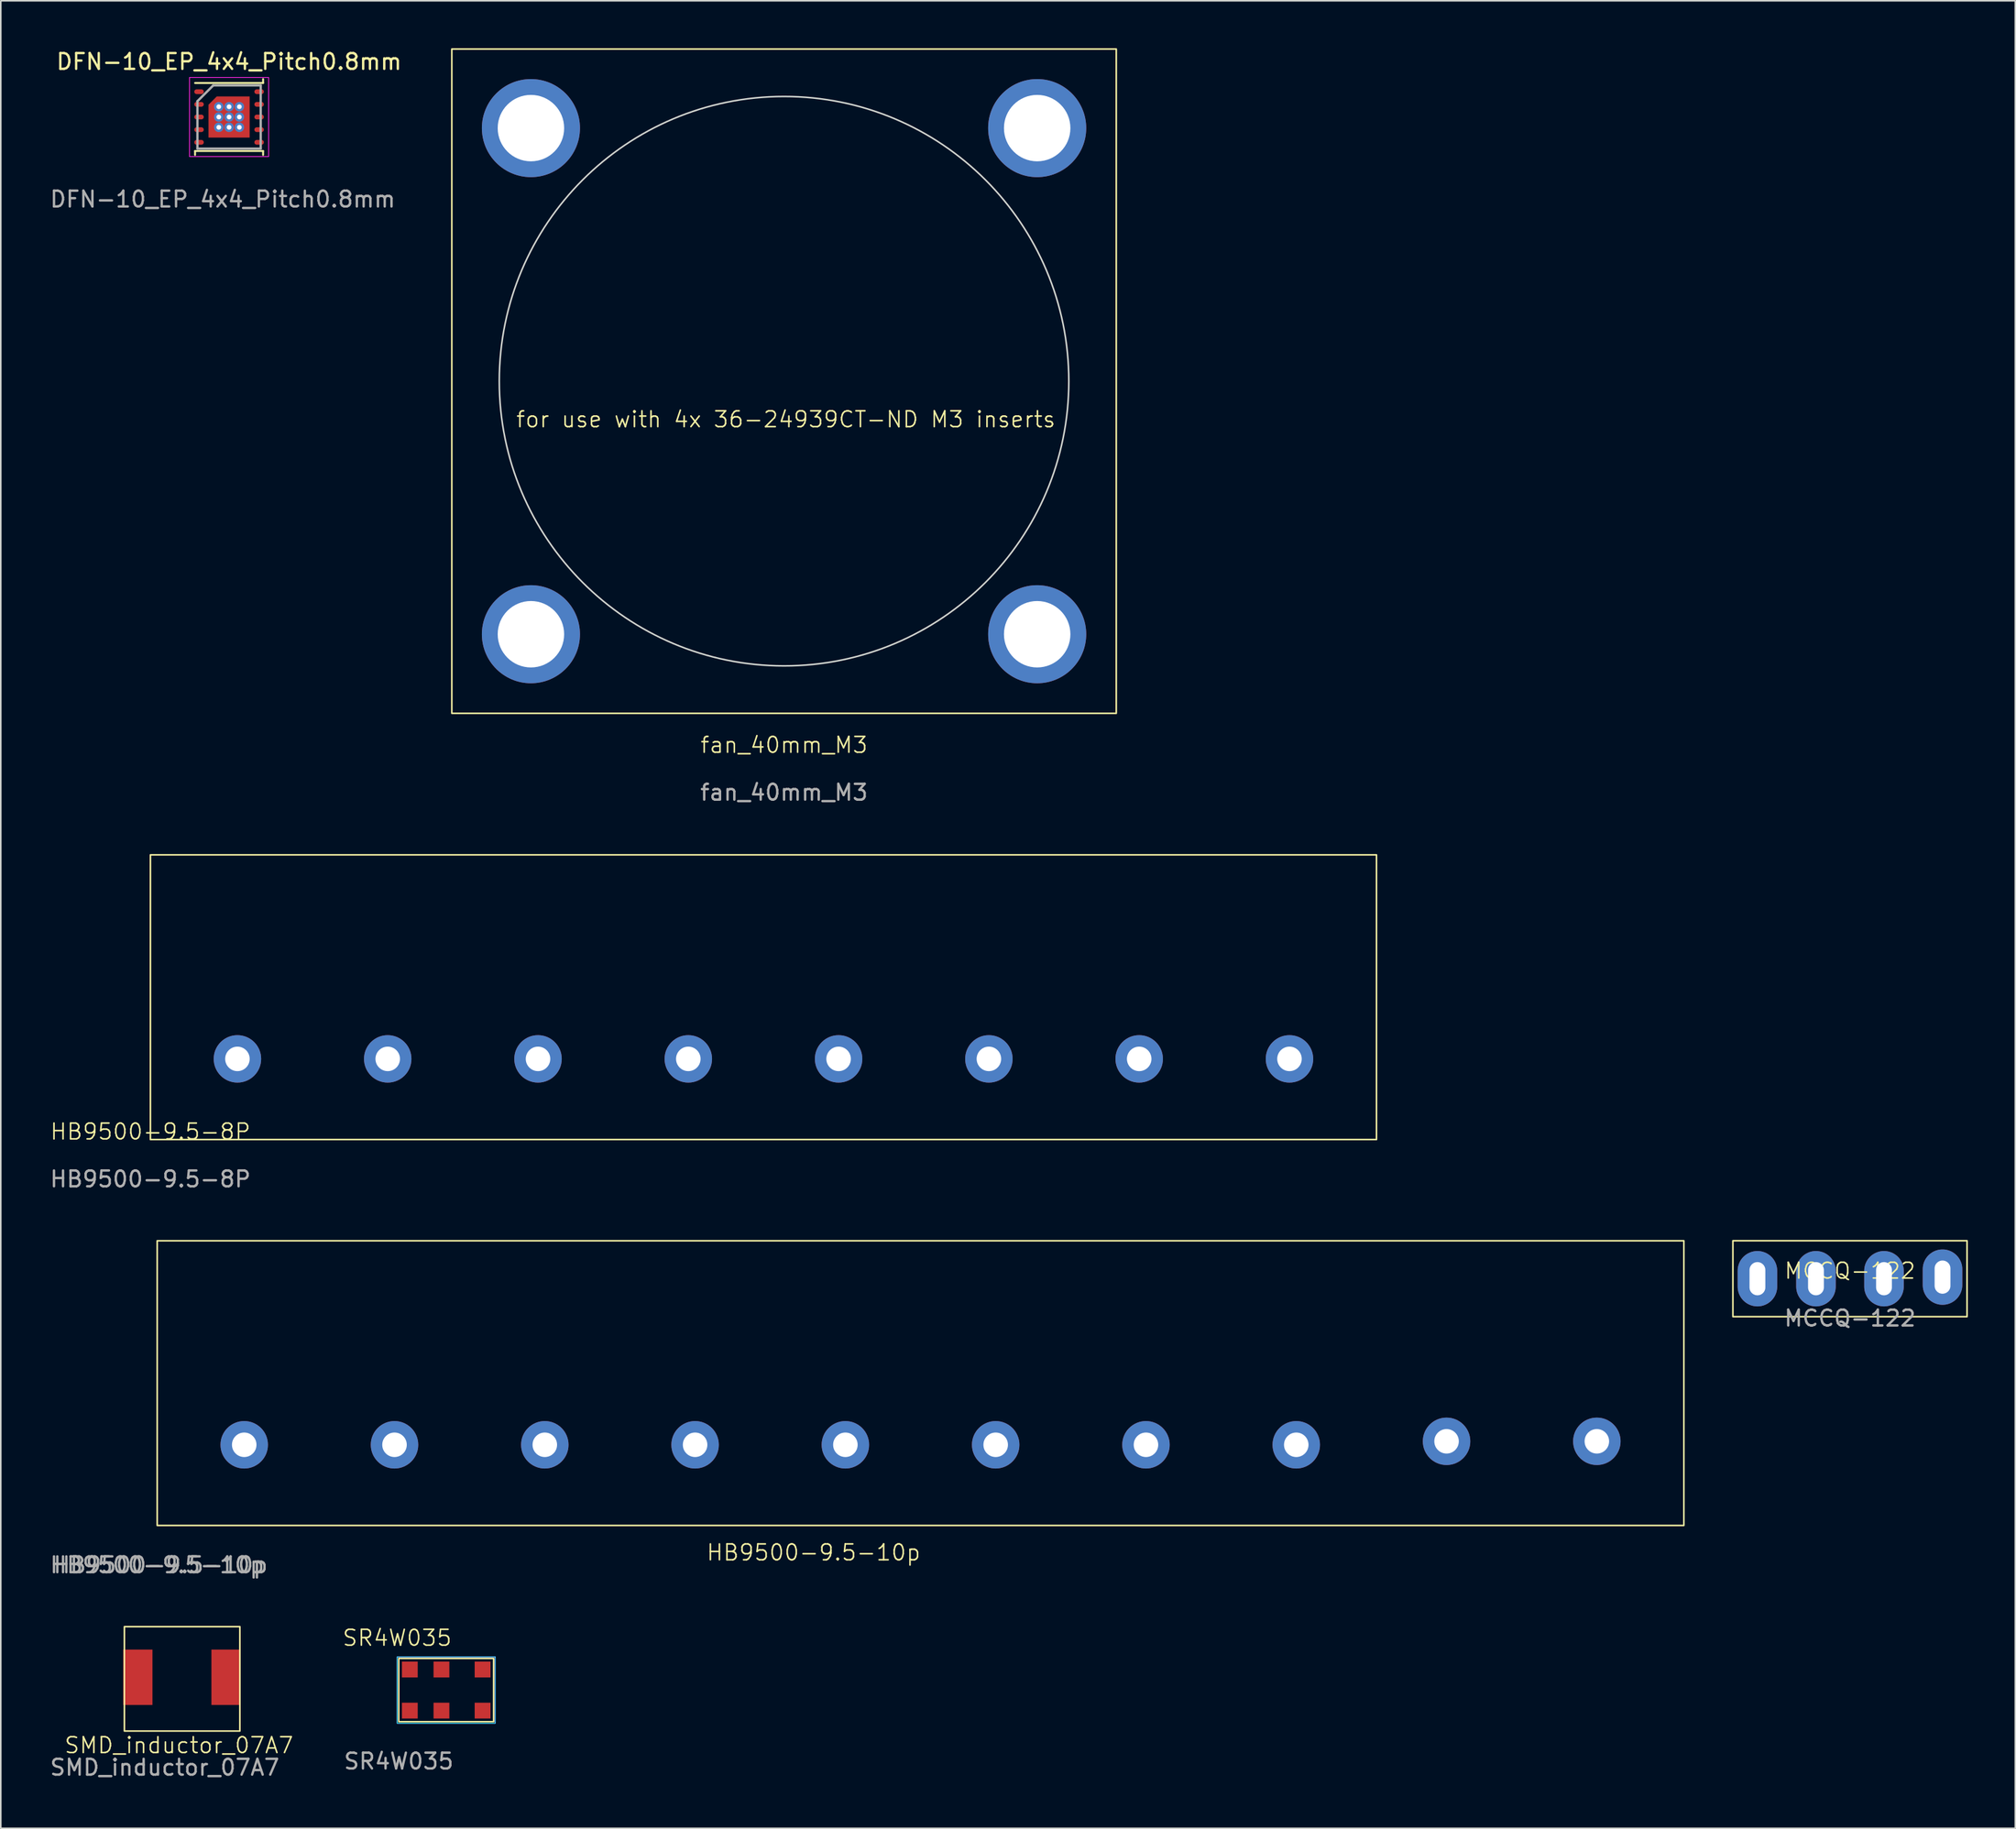
<source format=kicad_pcb>
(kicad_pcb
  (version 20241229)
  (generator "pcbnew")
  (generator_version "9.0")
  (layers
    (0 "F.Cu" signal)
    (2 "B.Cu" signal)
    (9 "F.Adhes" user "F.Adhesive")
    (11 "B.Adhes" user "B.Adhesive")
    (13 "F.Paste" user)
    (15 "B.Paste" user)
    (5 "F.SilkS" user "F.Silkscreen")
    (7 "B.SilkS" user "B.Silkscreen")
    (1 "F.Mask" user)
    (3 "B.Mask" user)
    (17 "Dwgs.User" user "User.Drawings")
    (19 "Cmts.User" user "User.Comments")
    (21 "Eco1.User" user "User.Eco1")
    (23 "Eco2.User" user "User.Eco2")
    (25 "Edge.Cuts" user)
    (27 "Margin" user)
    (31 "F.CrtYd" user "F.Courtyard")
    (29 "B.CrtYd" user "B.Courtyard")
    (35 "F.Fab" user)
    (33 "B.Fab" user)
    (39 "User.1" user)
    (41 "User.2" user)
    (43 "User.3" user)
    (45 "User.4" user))
  (footprint "SR4W035"
    (layer "F.Cu")
    (at 22.154 105.805)
    (property "Reference" "SR4W035" (at -0.1 -5.3 0) (unlocked yes) (layer "F.SilkS") (effects (font (size 1 1) (thickness 0.1))))
    (attr smd)
    (fp_rect (start 0 -4) (end 6 0) (stroke (width 0.1) (type default)) (fill no) (layer "F.SilkS"))
    (fp_rect (start -0.1 -4.1) (end 6.1 0.1) (stroke (width 0.05) (type default)) (fill no) (layer "B.CrtYd"))
    (fp_rect (start -0.1 -4.1) (end 6.1 0.1) (stroke (width 0.05) (type default)) (fill no) (layer "F.CrtYd"))
    (fp_text user "${REFERENCE}" (at 0 2.5 0) (unlocked yes) (layer "F.Fab") (effects (font (size 1 1) (thickness 0.15))))
    (pad "1" smd rect (at 0.7 -0.7) (size 1 1) (layers "F.Cu" "F.Mask" "F.Paste"))
    (pad "2" smd rect (at 2.7 -0.7) (size 1 1) (layers "F.Cu" "F.Mask" "F.Paste"))
    (pad "3" smd rect (at 5.3 -0.7) (size 1 1) (layers "F.Cu" "F.Mask" "F.Paste"))
    (pad "4" smd rect (at 5.3 -3.3) (size 1 1) (layers "F.Cu" "F.Mask" "F.Paste"))
    (pad "5" smd rect (at 2.7 -3.3) (size 1 1) (layers "F.Cu" "F.Mask" "F.Paste"))
    (pad "6" smd rect (at 0.7 -3.3) (size 1 1) (layers "F.Cu" "F.Mask" "F.Paste"))
    (zone (net_name "") (layers "F.Cu" "B.Cu") (hatch edge 0.5) (connect_pads) (min_thickness 0.25) (filled_areas_thickness no) (keepout (tracks allowed) (vias allowed) (pads allowed) (copperpour not_allowed) (footprints allowed)) (placement (enabled no)) (fill) (polygon (pts (xy 22.054 101.705) (xy 28.254 101.705) (xy 28.254 105.905) (xy 22.054 105.905)))))
  (footprint "DFN-10_EP_4x4_Pitch0.8mm"
    (layer "F.Cu")
    (at 11.43 4.348)
    (property "Reference" "DFN-10_EP_4x4_Pitch0.8mm" (at 0 -3.5 0) (layer "F.SilkS") (effects (font (size 1 1) (thickness 0.15))))
    (attr smd)
    (fp_line (start -2.15 -2.15) (end 2.15 -2.15) (stroke (width 0.12) (type default)) (layer "F.SilkS"))
    (fp_line (start -2.15 2.15) (end 2.15 2.15) (stroke (width 0.12) (type default)) (layer "F.SilkS"))
    (fp_line (start -2.15 2.4) (end -2.15 2.15) (stroke (width 0.12) (type default)) (layer "F.SilkS"))
    (fp_line (start 2.15 -2.15) (end 2.15 -2.4) (stroke (width 0.12) (type default)) (layer "F.SilkS"))
    (fp_line (start 2.15 2.15) (end 2.15 2.4) (stroke (width 0.12) (type default)) (layer "F.SilkS"))
    (fp_line (start -2.5 -2.5) (end 2.5 -2.5) (stroke (width 0.05) (type default)) (layer "F.CrtYd"))
    (fp_line (start -2.5 2.5) (end -2.5 -2.5) (stroke (width 0.05) (type default)) (layer "F.CrtYd"))
    (fp_line (start 2.5 -2.5) (end 2.5 2.5) (stroke (width 0.05) (type default)) (layer "F.CrtYd"))
    (fp_line (start 2.5 2.5) (end -2.5 2.5) (stroke (width 0.05) (type default)) (layer "F.CrtYd"))
    (fp_line (start -2 -1) (end -2 2) (stroke (width 0.15) (type default)) (layer "F.Fab"))
    (fp_line (start -2 2) (end 2 2) (stroke (width 0.15) (type default)) (layer "F.Fab"))
    (fp_line (start -1 -2) (end -2 -1) (stroke (width 0.15) (type default)) (layer "F.Fab"))
    (fp_line (start 2 -2) (end -1 -2) (stroke (width 0.15) (type default)) (layer "F.Fab"))
    (fp_line (start 2 2) (end 2 -2) (stroke (width 0.15) (type default)) (layer "F.Fab"))
    (fp_text user "${REFERENCE}" (at -0.4 5.2 0) (layer "F.Fab") (effects (font (size 1 1) (thickness 0.15))))
    (pad "" smd rect (at -0.975 -0.975) (size 0.000001 0.000001) (layers "F.Paste"))
    (pad "" smd rect (at -0.975 -0.325) (size 0.000001 0.000001) (layers "F.Paste"))
    (pad "" smd rect (at -0.975 0.325) (size 0.000001 0.000001) (layers "F.Paste"))
    (pad "" smd rect (at -0.975 0.975) (size 0.000001 0.000001) (layers "F.Paste"))
    (pad "" smd rect (at -0.325 -0.975) (size 0.000001 0.000001) (layers "F.Paste"))
    (pad "" smd rect (at -0.325 -0.325) (size 0.000001 0.000001) (layers "F.Paste"))
    (pad "" smd rect (at -0.325 0.325) (size 0.000001 0.000001) (layers "F.Paste"))
    (pad "" smd rect (at -0.325 0.975) (size 0.000001 0.000001) (layers "F.Paste"))
    (pad "" smd rect (at 0.325 -0.975) (size 0.000001 0.000001) (layers "F.Paste"))
    (pad "" smd rect (at 0.325 -0.325) (size 0.000001 0.000001) (layers "F.Paste"))
    (pad "" smd rect (at 0.325 0.325) (size 0.000001 0.000001) (layers "F.Paste"))
    (pad "" smd rect (at 0.325 0.975) (size 0.000001 0.000001) (layers "F.Paste"))
    (pad "" smd rect (at 0.975 -0.975) (size 0.000001 0.000001) (layers "F.Paste"))
    (pad "" smd rect (at 0.975 -0.325) (size 0.000001 0.000001) (layers "F.Paste"))
    (pad "" smd rect (at 0.975 0.325) (size 0.000001 0.000001) (layers "F.Paste"))
    (pad "" smd rect (at 0.975 0.975) (size 0.000001 0.000001) (layers "F.Paste"))
    (pad "1" smd oval (at -1.9 -1.6 90) (size 0.3 0.6) (layers "F.Cu" "F.Mask" "F.Paste"))
    (pad "2" smd oval (at -1.9 -0.8 90) (size 0.3 0.6) (layers "F.Cu" "F.Mask" "F.Paste"))
    (pad "3" smd oval (at -1.9 0 90) (size 0.3 0.6) (layers "F.Cu" "F.Mask" "F.Paste"))
    (pad "4" smd oval (at -1.9 0.8 90) (size 0.3 0.6) (layers "F.Cu" "F.Mask" "F.Paste"))
    (pad "5" smd oval (at -1.9 1.6 90) (size 0.3 0.6) (layers "F.Cu" "F.Mask" "F.Paste"))
    (pad "6" smd oval (at 1.9 1.6 90) (size 0.3 0.6) (layers "F.Cu" "F.Mask" "F.Paste"))
    (pad "7" smd oval (at 1.9 0.8 90) (size 0.3 0.6) (layers "F.Cu" "F.Mask" "F.Paste"))
    (pad "8" smd oval (at 1.9 0 90) (size 0.3 0.6) (layers "F.Cu" "F.Mask" "F.Paste"))
    (pad "9" smd oval (at 1.9 -0.8 90) (size 0.3 0.6) (layers "F.Cu" "F.Mask" "F.Paste"))
    (pad "10" smd oval (at 1.9 -1.6 90) (size 0.3 0.6) (layers "F.Cu" "F.Mask" "F.Paste"))
    (pad "11" thru_hole circle (at -0.65 -0.65) (size 0.6 0.6) (drill 0.3) (property pad_prop_heatsink) (layers "*.Cu" "*.Mask"))
    (pad "11" thru_hole circle (at -0.65 0) (size 0.6 0.6) (drill 0.3) (property pad_prop_heatsink) (layers "*.Cu" "*.Mask"))
    (pad "11" thru_hole circle (at -0.65 0.65) (size 0.6 0.6) (drill 0.3) (property pad_prop_heatsink) (layers "*.Cu" "*.Mask"))
    (pad "11" thru_hole circle (at 0 -0.65) (size 0.6 0.6) (drill 0.3) (property pad_prop_heatsink) (layers "*.Cu" "*.Mask"))
    (pad "11" thru_hole circle (at 0 0) (size 0.6 0.6) (drill 0.3) (property pad_prop_heatsink) (layers "*.Cu" "*.Mask"))
    (pad "11" smd roundrect (at 0 0) (size 2.6 2.6) (property pad_prop_heatsink) (layers "F.Cu" "F.Mask") (roundrect_rratio 0) (chamfer_ratio 0.2) (chamfer top_left))
    (pad "11" thru_hole circle (at 0 0.65) (size 0.6 0.6) (drill 0.3) (property pad_prop_heatsink) (layers "*.Cu" "*.Mask"))
    (pad "11" thru_hole circle (at 0.65 -0.65) (size 0.6 0.6) (drill 0.3) (property pad_prop_heatsink) (layers "*.Cu" "*.Mask"))
    (pad "11" thru_hole circle (at 0.65 0) (size 0.6 0.6) (drill 0.3) (property pad_prop_heatsink) (layers "*.Cu" "*.Mask"))
    (pad "11" thru_hole circle (at 0.65 0.65) (size 0.6 0.6) (drill 0.3) (property pad_prop_heatsink) (layers "*.Cu" "*.Mask")))
  (footprint "HB9500-9.5-8P"
    (layer "F.Cu")
    (at 6.458 68.998)
    (property "Reference" "HB9500-9.5-8P" (at 0 -0.5 0) (unlocked yes) (layer "F.SilkS") (effects (font (size 1 1) (thickness 0.1))))
    (attr smd)
    (fp_rect (start 0 -18) (end 77.5 0) (stroke (width 0.1) (type default)) (fill no) (layer "F.SilkS"))
    (fp_text user "${REFERENCE}" (at 0 2.5 0) (unlocked yes) (layer "F.Fab") (effects (font (size 1 1) (thickness 0.15))))
    (fp_text user "Board Edge" (at 38 -16.8 0) (unlocked yes) (layer "User.1") (effects (font (size 1 1) (thickness 0.1)) (justify left bottom)))
    (pad "1" thru_hole circle (at 5.5 -5.1) (size 3 3) (drill 1.55) (layers "*.Cu" "*.Mask"))
    (pad "2" thru_hole circle (at 15 -5.1) (size 3 3) (drill 1.55) (layers "*.Cu" "*.Mask"))
    (pad "3" thru_hole circle (at 24.5 -5.1) (size 3 3) (drill 1.55) (layers "*.Cu" "*.Mask"))
    (pad "4" thru_hole circle (at 34 -5.1) (size 3 3) (drill 1.55) (layers "*.Cu" "*.Mask"))
    (pad "5" thru_hole circle (at 43.5 -5.1) (size 3 3) (drill 1.55) (layers "*.Cu" "*.Mask"))
    (pad "6" thru_hole circle (at 53 -5.1) (size 3 3) (drill 1.55) (layers "*.Cu" "*.Mask"))
    (pad "7" thru_hole circle (at 62.5 -5.1) (size 3 3) (drill 1.55) (layers "*.Cu" "*.Mask"))
    (pad "8" thru_hole circle (at 72 -5.1) (size 3 3) (drill 1.55) (layers "*.Cu" "*.Mask")))
  (footprint "HB9500-9.5-10p"
    (layer "F.Cu")
    (at 6.887 93.397)
    (property "Reference" "HB9500-9.5-10p" (at 41.49 1.71 0) (unlocked yes) (layer "F.SilkS") (effects (font (size 1 1) (thickness 0.1))))
    (attr through_hole)
    (fp_rect (start 0 -18) (end 96.5 0) (stroke (width 0.1) (type default)) (fill no) (layer "F.SilkS"))
    (fp_text user "${REFERENCE}" (at 0 2.5 0) (unlocked yes) (layer "F.Fab") (effects (font (size 1 1) (thickness 0.15))))
    (fp_text user "${REFERENCE}" (at 0.21 2.5 0) (unlocked yes) (layer "F.Fab") (effects (font (size 1 1) (thickness 0.15))))
    (fp_text user "Board Edge" (at 45.97 -16.33 0) (unlocked yes) (layer "User.1") (effects (font (size 1 1) (thickness 0.1)) (justify left bottom)))
    (pad "1" thru_hole circle (at 5.5 -5.1) (size 3 3) (drill 1.55) (layers "*.Cu" "*.Mask"))
    (pad "2" thru_hole circle (at 15 -5.1) (size 3 3) (drill 1.55) (layers "*.Cu" "*.Mask"))
    (pad "3" thru_hole circle (at 24.5 -5.1) (size 3 3) (drill 1.55) (layers "*.Cu" "*.Mask"))
    (pad "4" thru_hole circle (at 34 -5.1) (size 3 3) (drill 1.55) (layers "*.Cu" "*.Mask"))
    (pad "5" thru_hole circle (at 43.5 -5.1) (size 3 3) (drill 1.55) (layers "*.Cu" "*.Mask"))
    (pad "6" thru_hole circle (at 53 -5.1) (size 3 3) (drill 1.55) (layers "*.Cu" "*.Mask"))
    (pad "7" thru_hole circle (at 62.5 -5.1) (size 3 3) (drill 1.55) (layers "*.Cu" "*.Mask"))
    (pad "8" thru_hole circle (at 72 -5.1) (size 3 3) (drill 1.55) (layers "*.Cu" "*.Mask"))
    (pad "9" thru_hole circle (at 81.5 -5.32) (size 3 3) (drill 1.55) (layers "*.Cu" "*.Mask"))
    (pad "10" thru_hole circle (at 91 -5.32) (size 3 3) (drill 1.55) (layers "*.Cu" "*.Mask")))
  (footprint "fan_40mm_M3"
    (layer "F.Cu")
    (at 46.51 21.05)
    (property "Reference" "fan_40mm_M3" (at 0 23 0) (unlocked yes) (layer "F.SilkS") (effects (font (size 1 1) (thickness 0.1))))
    (attr through_hole)
    (fp_rect (start -21 -21) (end 21 21) (stroke (width 0.1) (type default)) (fill no) (layer "F.SilkS"))
    (fp_circle (center 0 0) (end 18 0) (stroke (width 0.1) (type default)) (fill no) (layer "Edge.Cuts"))
    (fp_text user "for use with 4x 36-24939CT-ND M3 inserts" (at -17 3 0) (unlocked yes) (layer "F.SilkS") (effects (font (size 1 1) (thickness 0.1)) (justify left bottom)))
    (fp_text user "${REFERENCE}" (at 0 26 0) (unlocked yes) (layer "F.Fab") (effects (font (size 1 1) (thickness 0.15))))
    (pad "1" thru_hole circle (at -16 -16) (size 6.2 6.2) (drill 4.2) (layers "*.Cu" "*.Mask"))
    (pad "1" thru_hole circle (at -16 16) (size 6.2 6.2) (drill 4.2) (layers "*.Cu" "*.Mask"))
    (pad "1" thru_hole circle (at 16 -16) (size 6.2 6.2) (drill 4.2) (layers "*.Cu" "*.Mask"))
    (pad "1" thru_hole circle (at 16 16) (size 6.2 6.2) (drill 4.2) (layers "*.Cu" "*.Mask")))
  (footprint "SMD_inductor_07A7"
    (layer "F.Cu")
    (at 4.763 102.995)
    (property "Reference" "SMD_inductor_07A7" (at 3.5 4.3 0) (unlocked yes) (layer "F.SilkS") (effects (font (size 1 1) (thickness 0.1))))
    (attr smd)
    (fp_rect (start 0.05 -3.2) (end 7.35 3.4) (stroke (width 0.1) (type default)) (fill no) (layer "F.SilkS"))
    (fp_text user "${REFERENCE}" (at 2.6 5.7 0) (unlocked yes) (layer "F.Fab") (effects (font (size 1 1) (thickness 0.15))))
    (pad "1" smd rect (at 0.9 0) (size 1.85 3.5) (layers "F.Cu" "F.Mask" "F.Paste"))
    (pad "2" smd rect (at 6.475 0) (size 1.85 3.5) (layers "F.Cu" "F.Mask" "F.Paste")))
  (footprint "MCCQ-122"
    (layer "F.Cu")
    (at 113.887 77.796)
    (property "Reference" "MCCQ-122" (at 0 -0.5 0) (unlocked yes) (layer "F.SilkS") (effects (font (size 1 1) (thickness 0.1))))
    (attr smd)
    (fp_rect (start -7.4 -2.4) (end 7.4 2.4) (stroke (width 0.1) (type default)) (fill no) (layer "F.SilkS"))
    (fp_text user "${REFERENCE}" (at 0 2.5 0) (unlocked yes) (layer "F.Fab") (effects (font (size 1 1) (thickness 0.15))))
    (pad "1" thru_hole oval (at -5.85 0) (size 2.5 3.5) (drill oval 1 2.1) (layers "*.Cu" "*.Mask"))
    (pad "1" thru_hole oval (at -2.15 0) (size 2.5 3.5) (drill oval 1 2.1) (layers "*.Cu" "*.Mask"))
    (pad "2" thru_hole oval (at 2.15 0) (size 2.5 3.5) (drill oval 1 2.1) (layers "*.Cu" "*.Mask"))
    (pad "2" thru_hole oval (at 5.85 -0.1) (size 2.5 3.5) (drill oval 1 2.1) (layers "*.Cu" "*.Mask")))
  (gr_rect
    (start -3 -3)
    (end 124.337 112.543)
    (stroke (width 0.1) (type default))
    (fill no)
    (layer "Edge.Cuts")))
</source>
